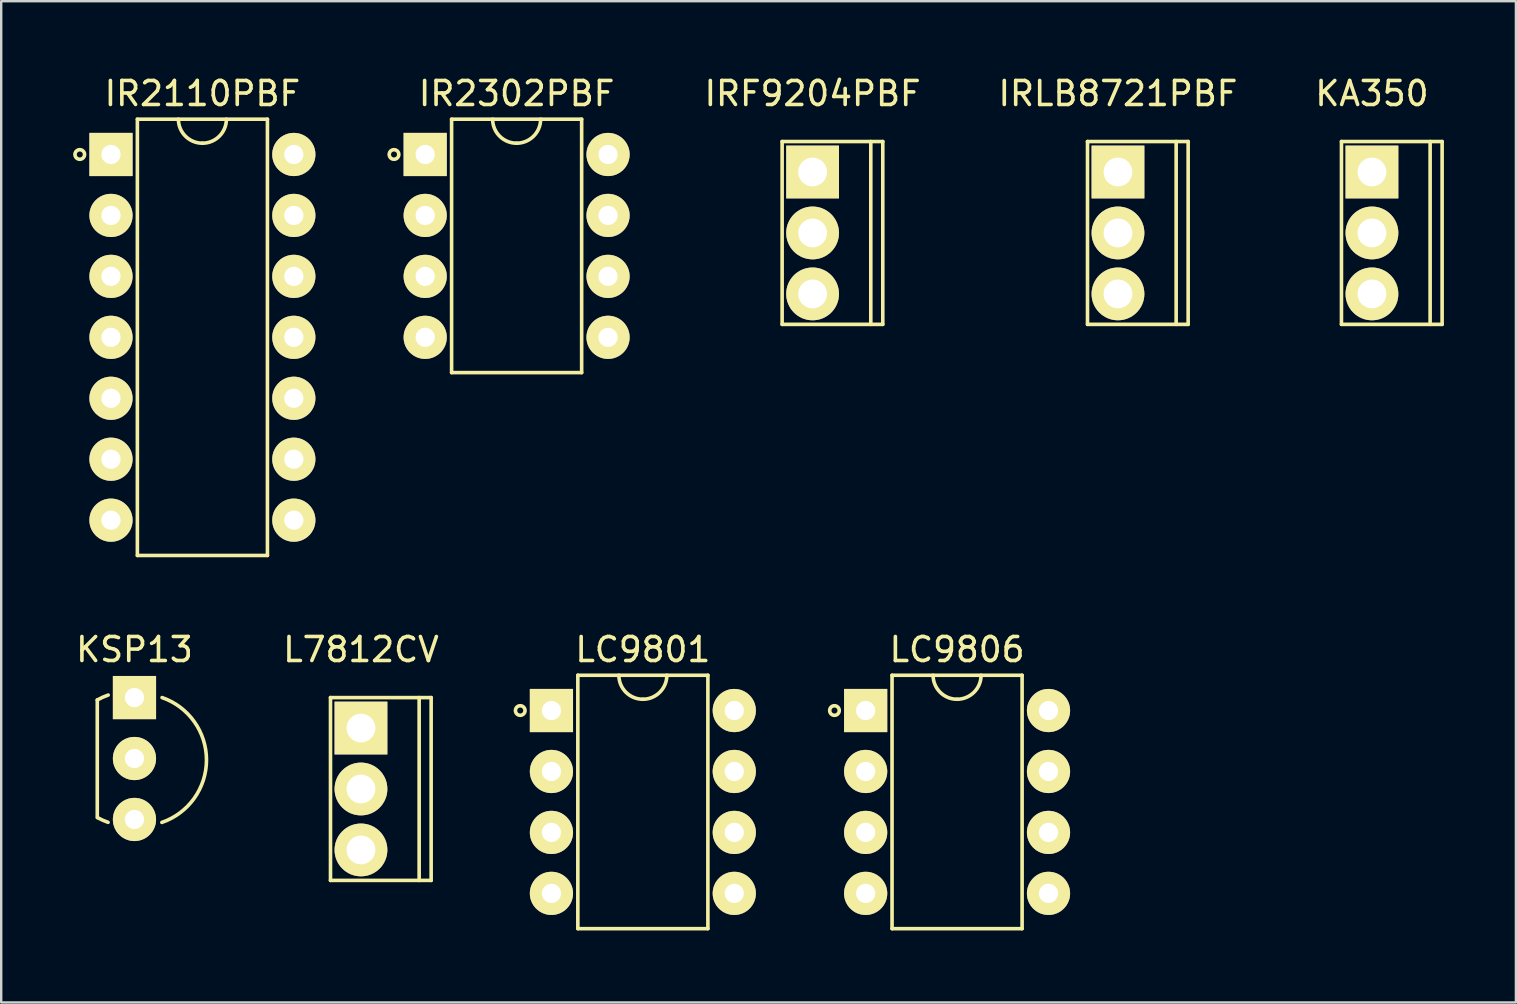
<source format=kicad_pcb>
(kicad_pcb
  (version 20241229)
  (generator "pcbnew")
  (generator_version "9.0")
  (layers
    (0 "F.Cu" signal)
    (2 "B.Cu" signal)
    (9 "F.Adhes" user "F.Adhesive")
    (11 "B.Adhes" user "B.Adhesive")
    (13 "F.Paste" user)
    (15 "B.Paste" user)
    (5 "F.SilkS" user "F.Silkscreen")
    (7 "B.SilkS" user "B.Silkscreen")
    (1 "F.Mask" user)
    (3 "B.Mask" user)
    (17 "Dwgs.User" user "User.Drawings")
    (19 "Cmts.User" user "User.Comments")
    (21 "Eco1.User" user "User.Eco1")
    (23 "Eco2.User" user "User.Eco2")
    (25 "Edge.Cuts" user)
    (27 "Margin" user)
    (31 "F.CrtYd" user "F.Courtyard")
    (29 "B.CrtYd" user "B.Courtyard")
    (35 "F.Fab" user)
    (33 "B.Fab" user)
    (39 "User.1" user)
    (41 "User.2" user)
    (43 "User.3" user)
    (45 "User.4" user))
  (footprint "L7812CV"
    (layer "F.Cu")
    (at 11.993 27.291)
    (property "Reference" "L7812CV" (at 0 -3.27 0) (layer "F.SilkS") (effects (font (size 1 1) (thickness 0.15))))
    (attr through_hole)
    (fp_line (start -1.27 -1.27) (end -1.27 6.35) (stroke (width 0.15) (type solid)) (layer "F.SilkS"))
    (fp_line (start -1.27 -1.27) (end 2.925 -1.27) (stroke (width 0.15) (type solid)) (layer "F.SilkS"))
    (fp_line (start -1.27 6.35) (end 2.925 6.35) (stroke (width 0.15) (type solid)) (layer "F.SilkS"))
    (fp_line (start 2.425 -1.27) (end 2.425 6.35) (stroke (width 0.15) (type solid)) (layer "F.SilkS"))
    (fp_line (start 2.925 -1.27) (end 2.925 6.35) (stroke (width 0.15) (type solid)) (layer "F.SilkS"))
    (pad "1" thru_hole rect (at 0 0) (size 2.2 2.2) (drill 1.2) (layers "*.Cu" "*.Mask" "F.SilkS"))
    (pad "2" thru_hole circle (at 0 2.54) (size 2.2 2.2) (drill 1.2) (layers "*.Cu" "*.Mask" "F.SilkS"))
    (pad "3" thru_hole circle (at 0 5.08) (size 2.2 2.2) (drill 1.2) (layers "*.Cu" "*.Mask" "F.SilkS")))
  (footprint "IR2302PBF"
    (layer "F.Cu")
    (at 14.67 3.388)
    (property "Reference" "IR2302PBF" (at 3.81 -2.54 0) (layer "F.SilkS") (effects (font (size 1 1) (thickness 0.15))))
    (attr through_hole)
    (fp_line (start 1.1 -1.47) (end 6.52 -1.47) (stroke (width 0.15) (type solid)) (layer "F.SilkS"))
    (fp_line (start 1.1 9.09) (end 1.1 -1.47) (stroke (width 0.15) (type solid)) (layer "F.SilkS"))
    (fp_line (start 6.52 -1.47) (end 6.52 9.09) (stroke (width 0.15) (type solid)) (layer "F.SilkS"))
    (fp_line (start 6.52 9.09) (end 1.1 9.09) (stroke (width 0.15) (type solid)) (layer "F.SilkS"))
    (fp_arc (start 3.81 -0.47) (mid 3.102893 -0.762893) (end 2.81 -1.47) (stroke (width 0.15) (type solid)) (layer "F.SilkS"))
    (fp_arc (start 4.81 -1.47) (mid 4.517107 -0.762893) (end 3.81 -0.47) (stroke (width 0.15) (type solid)) (layer "F.SilkS"))
    (fp_circle (center -1.3 0) (end -1.3 0.2) (stroke (width 0.15) (type solid)) (fill no) (layer "F.SilkS"))
    (pad "1" thru_hole rect (at 0 0) (size 1.8 1.8) (drill 0.8) (layers "*.Cu" "*.Mask" "F.SilkS"))
    (pad "2" thru_hole circle (at 0 2.54) (size 1.8 1.8) (drill 0.8) (layers "*.Cu" "*.Mask" "F.SilkS"))
    (pad "3" thru_hole circle (at 0 5.08) (size 1.8 1.8) (drill 0.8) (layers "*.Cu" "*.Mask" "F.SilkS"))
    (pad "4" thru_hole circle (at 0 7.62) (size 1.8 1.8) (drill 0.8) (layers "*.Cu" "*.Mask" "F.SilkS"))
    (pad "5" thru_hole circle (at 7.62 7.62) (size 1.8 1.8) (drill 0.8) (layers "*.Cu" "*.Mask" "F.SilkS"))
    (pad "6" thru_hole circle (at 7.62 5.08) (size 1.8 1.8) (drill 0.8) (layers "*.Cu" "*.Mask" "F.SilkS"))
    (pad "7" thru_hole circle (at 7.62 2.54) (size 1.8 1.8) (drill 0.8) (layers "*.Cu" "*.Mask" "F.SilkS"))
    (pad "8" thru_hole circle (at 7.62 0) (size 1.8 1.8) (drill 0.8) (layers "*.Cu" "*.Mask" "F.SilkS")))
  (footprint "LC9801"
    (layer "F.Cu")
    (at 19.931 26.561)
    (property "Reference" "LC9801" (at 3.81 -2.54 0) (layer "F.SilkS") (effects (font (size 1 1) (thickness 0.15))))
    (attr through_hole)
    (fp_line (start 1.1 -1.47) (end 6.52 -1.47) (stroke (width 0.15) (type solid)) (layer "F.SilkS"))
    (fp_line (start 1.1 9.09) (end 1.1 -1.47) (stroke (width 0.15) (type solid)) (layer "F.SilkS"))
    (fp_line (start 6.52 -1.47) (end 6.52 9.09) (stroke (width 0.15) (type solid)) (layer "F.SilkS"))
    (fp_line (start 6.52 9.09) (end 1.1 9.09) (stroke (width 0.15) (type solid)) (layer "F.SilkS"))
    (fp_arc (start 3.81 -0.47) (mid 3.102893 -0.762893) (end 2.81 -1.47) (stroke (width 0.15) (type solid)) (layer "F.SilkS"))
    (fp_arc (start 4.81 -1.47) (mid 4.517107 -0.762893) (end 3.81 -0.47) (stroke (width 0.15) (type solid)) (layer "F.SilkS"))
    (fp_circle (center -1.3 0) (end -1.3 0.2) (stroke (width 0.15) (type solid)) (fill no) (layer "F.SilkS"))
    (pad "1" thru_hole rect (at 0 0) (size 1.8 1.8) (drill 0.8) (layers "*.Cu" "*.Mask" "F.SilkS"))
    (pad "2" thru_hole circle (at 0 2.54) (size 1.8 1.8) (drill 0.8) (layers "*.Cu" "*.Mask" "F.SilkS"))
    (pad "3" thru_hole circle (at 0 5.08) (size 1.8 1.8) (drill 0.8) (layers "*.Cu" "*.Mask" "F.SilkS"))
    (pad "4" thru_hole circle (at 0 7.62) (size 1.8 1.8) (drill 0.8) (layers "*.Cu" "*.Mask" "F.SilkS"))
    (pad "5" thru_hole circle (at 7.62 7.62) (size 1.8 1.8) (drill 0.8) (layers "*.Cu" "*.Mask" "F.SilkS"))
    (pad "6" thru_hole circle (at 7.62 5.08) (size 1.8 1.8) (drill 0.8) (layers "*.Cu" "*.Mask" "F.SilkS"))
    (pad "7" thru_hole circle (at 7.62 2.54) (size 1.8 1.8) (drill 0.8) (layers "*.Cu" "*.Mask" "F.SilkS"))
    (pad "8" thru_hole circle (at 7.62 0) (size 1.8 1.8) (drill 0.8) (layers "*.Cu" "*.Mask" "F.SilkS")))
  (footprint "IRLB8721PBF"
    (layer "F.Cu")
    (at 43.541 4.118)
    (property "Reference" "IRLB8721PBF" (at 0 -3.27 0) (layer "F.SilkS") (effects (font (size 1 1) (thickness 0.15))))
    (attr through_hole)
    (fp_line (start -1.27 -1.27) (end -1.27 6.35) (stroke (width 0.15) (type solid)) (layer "F.SilkS"))
    (fp_line (start -1.27 -1.27) (end 2.925 -1.27) (stroke (width 0.15) (type solid)) (layer "F.SilkS"))
    (fp_line (start -1.27 6.35) (end 2.925 6.35) (stroke (width 0.15) (type solid)) (layer "F.SilkS"))
    (fp_line (start 2.425 -1.27) (end 2.425 6.35) (stroke (width 0.15) (type solid)) (layer "F.SilkS"))
    (fp_line (start 2.925 -1.27) (end 2.925 6.35) (stroke (width 0.15) (type solid)) (layer "F.SilkS"))
    (pad "1" thru_hole rect (at 0 0) (size 2.2 2.2) (drill 1.2) (layers "*.Cu" "*.Mask" "F.SilkS"))
    (pad "2" thru_hole circle (at 0 2.54) (size 2.2 2.2) (drill 1.2) (layers "*.Cu" "*.Mask" "F.SilkS"))
    (pad "3" thru_hole circle (at 0 5.08) (size 2.2 2.2) (drill 1.2) (layers "*.Cu" "*.Mask" "F.SilkS")))
  (footprint "IRF9204PBF"
    (layer "F.Cu")
    (at 30.815 4.118)
    (property "Reference" "IRF9204PBF" (at 0 -3.27 0) (layer "F.SilkS") (effects (font (size 1 1) (thickness 0.15))))
    (attr through_hole)
    (fp_line (start -1.27 -1.27) (end -1.27 6.35) (stroke (width 0.15) (type solid)) (layer "F.SilkS"))
    (fp_line (start -1.27 -1.27) (end 2.925 -1.27) (stroke (width 0.15) (type solid)) (layer "F.SilkS"))
    (fp_line (start -1.27 6.35) (end 2.925 6.35) (stroke (width 0.15) (type solid)) (layer "F.SilkS"))
    (fp_line (start 2.425 -1.27) (end 2.425 6.35) (stroke (width 0.15) (type solid)) (layer "F.SilkS"))
    (fp_line (start 2.925 -1.27) (end 2.925 6.35) (stroke (width 0.15) (type solid)) (layer "F.SilkS"))
    (pad "1" thru_hole rect (at 0 0) (size 2.2 2.2) (drill 1.2) (layers "*.Cu" "*.Mask" "F.SilkS"))
    (pad "2" thru_hole circle (at 0 2.54) (size 2.2 2.2) (drill 1.2) (layers "*.Cu" "*.Mask" "F.SilkS"))
    (pad "3" thru_hole circle (at 0 5.08) (size 2.2 2.2) (drill 1.2) (layers "*.Cu" "*.Mask" "F.SilkS")))
  (footprint "KA350"
    (layer "F.Cu")
    (at 54.125 4.118)
    (property "Reference" "KA350" (at 0 -3.27 0) (layer "F.SilkS") (effects (font (size 1 1) (thickness 0.15))))
    (attr through_hole)
    (fp_line (start -1.27 -1.27) (end -1.27 6.35) (stroke (width 0.15) (type solid)) (layer "F.SilkS"))
    (fp_line (start -1.27 -1.27) (end 2.925 -1.27) (stroke (width 0.15) (type solid)) (layer "F.SilkS"))
    (fp_line (start -1.27 6.35) (end 2.925 6.35) (stroke (width 0.15) (type solid)) (layer "F.SilkS"))
    (fp_line (start 2.425 -1.27) (end 2.425 6.35) (stroke (width 0.15) (type solid)) (layer "F.SilkS"))
    (fp_line (start 2.925 -1.27) (end 2.925 6.35) (stroke (width 0.15) (type solid)) (layer "F.SilkS"))
    (pad "1" thru_hole rect (at 0 0) (size 2.2 2.2) (drill 1.2) (layers "*.Cu" "*.Mask" "F.SilkS"))
    (pad "2" thru_hole circle (at 0 2.54) (size 2.2 2.2) (drill 1.2) (layers "*.Cu" "*.Mask" "F.SilkS"))
    (pad "3" thru_hole circle (at 0 5.08) (size 2.2 2.2) (drill 1.2) (layers "*.Cu" "*.Mask" "F.SilkS")))
  (footprint "KSP13"
    (layer "F.Cu")
    (at 2.554 26.021)
    (property "Reference" "KSP13" (at 0 -2 0) (layer "F.SilkS") (effects (font (size 1 1) (thickness 0.15))))
    (attr through_hole)
    (fp_line (start -1.55 5) (end -1.55 0.1) (stroke (width 0.15) (type solid)) (layer "F.SilkS"))
    (fp_arc (start -1.55 0.1) (mid -1.326783 -0.012505) (end -1.09461 -0.105127) (stroke (width 0.15) (type solid)) (layer "F.SilkS"))
    (fp_arc (start -1.1 5.2) (mid -1.32318 5.111666) (end -1.537812 5.004217) (stroke (width 0.15) (type solid)) (layer "F.SilkS"))
    (fp_arc (start 1.15 0) (mid 3.00136 2.60449) (end 1.14151 5.202923) (stroke (width 0.15) (type solid)) (layer "F.SilkS"))
    (pad "1" thru_hole rect (at 0 0) (size 1.8 1.8) (drill 0.8) (layers "*.Cu" "*.Mask" "F.SilkS"))
    (pad "2" thru_hole circle (at 0 2.54) (size 1.8 1.8) (drill 0.8) (layers "*.Cu" "*.Mask" "F.SilkS"))
    (pad "3" thru_hole circle (at 0 5.08) (size 1.8 1.8) (drill 0.8) (layers "*.Cu" "*.Mask" "F.SilkS")))
  (footprint "LC9806"
    (layer "F.Cu")
    (at 33.026 26.561)
    (property "Reference" "LC9806" (at 3.81 -2.54 0) (layer "F.SilkS") (effects (font (size 1 1) (thickness 0.15))))
    (attr through_hole)
    (fp_line (start 1.1 -1.47) (end 6.52 -1.47) (stroke (width 0.15) (type solid)) (layer "F.SilkS"))
    (fp_line (start 1.1 9.09) (end 1.1 -1.47) (stroke (width 0.15) (type solid)) (layer "F.SilkS"))
    (fp_line (start 6.52 -1.47) (end 6.52 9.09) (stroke (width 0.15) (type solid)) (layer "F.SilkS"))
    (fp_line (start 6.52 9.09) (end 1.1 9.09) (stroke (width 0.15) (type solid)) (layer "F.SilkS"))
    (fp_arc (start 3.81 -0.47) (mid 3.102893 -0.762893) (end 2.81 -1.47) (stroke (width 0.15) (type solid)) (layer "F.SilkS"))
    (fp_arc (start 4.81 -1.47) (mid 4.517107 -0.762893) (end 3.81 -0.47) (stroke (width 0.15) (type solid)) (layer "F.SilkS"))
    (fp_circle (center -1.3 0) (end -1.3 0.2) (stroke (width 0.15) (type solid)) (fill no) (layer "F.SilkS"))
    (pad "1" thru_hole rect (at 0 0) (size 1.8 1.8) (drill 0.8) (layers "*.Cu" "*.Mask" "F.SilkS"))
    (pad "2" thru_hole circle (at 0 2.54) (size 1.8 1.8) (drill 0.8) (layers "*.Cu" "*.Mask" "F.SilkS"))
    (pad "3" thru_hole circle (at 0 5.08) (size 1.8 1.8) (drill 0.8) (layers "*.Cu" "*.Mask" "F.SilkS"))
    (pad "4" thru_hole circle (at 0 7.62) (size 1.8 1.8) (drill 0.8) (layers "*.Cu" "*.Mask" "F.SilkS"))
    (pad "5" thru_hole circle (at 7.62 7.62) (size 1.8 1.8) (drill 0.8) (layers "*.Cu" "*.Mask" "F.SilkS"))
    (pad "6" thru_hole circle (at 7.62 5.08) (size 1.8 1.8) (drill 0.8) (layers "*.Cu" "*.Mask" "F.SilkS"))
    (pad "7" thru_hole circle (at 7.62 2.54) (size 1.8 1.8) (drill 0.8) (layers "*.Cu" "*.Mask" "F.SilkS"))
    (pad "8" thru_hole circle (at 7.62 0) (size 1.8 1.8) (drill 0.8) (layers "*.Cu" "*.Mask" "F.SilkS")))
  (footprint "IR2110PBF"
    (layer "F.Cu")
    (at 1.575 3.388)
    (property "Reference" "IR2110PBF" (at 3.81 -2.54 0) (layer "F.SilkS") (effects (font (size 1 1) (thickness 0.15))))
    (attr through_hole)
    (fp_line (start 1.1 -1.47) (end 6.52 -1.47) (stroke (width 0.15) (type solid)) (layer "F.SilkS"))
    (fp_line (start 1.1 16.71) (end 1.1 -1.47) (stroke (width 0.15) (type solid)) (layer "F.SilkS"))
    (fp_line (start 6.52 -1.47) (end 6.52 16.71) (stroke (width 0.15) (type solid)) (layer "F.SilkS"))
    (fp_line (start 6.52 16.71) (end 1.1 16.71) (stroke (width 0.15) (type solid)) (layer "F.SilkS"))
    (fp_arc (start 3.81 -0.47) (mid 3.102893 -0.762893) (end 2.81 -1.47) (stroke (width 0.15) (type solid)) (layer "F.SilkS"))
    (fp_arc (start 4.81 -1.47) (mid 4.517107 -0.762893) (end 3.81 -0.47) (stroke (width 0.15) (type solid)) (layer "F.SilkS"))
    (fp_circle (center -1.3 0) (end -1.3 0.2) (stroke (width 0.15) (type solid)) (fill no) (layer "F.SilkS"))
    (pad "1" thru_hole rect (at 0 0) (size 1.8 1.8) (drill 0.8) (layers "*.Cu" "*.Mask" "F.SilkS"))
    (pad "2" thru_hole circle (at 0 2.54) (size 1.8 1.8) (drill 0.8) (layers "*.Cu" "*.Mask" "F.SilkS"))
    (pad "3" thru_hole circle (at 0 5.08) (size 1.8 1.8) (drill 0.8) (layers "*.Cu" "*.Mask" "F.SilkS"))
    (pad "4" thru_hole circle (at 0 7.62) (size 1.8 1.8) (drill 0.8) (layers "*.Cu" "*.Mask" "F.SilkS"))
    (pad "5" thru_hole circle (at 0 10.16) (size 1.8 1.8) (drill 0.8) (layers "*.Cu" "*.Mask" "F.SilkS"))
    (pad "6" thru_hole circle (at 0 12.7) (size 1.8 1.8) (drill 0.8) (layers "*.Cu" "*.Mask" "F.SilkS"))
    (pad "7" thru_hole circle (at 0 15.24) (size 1.8 1.8) (drill 0.8) (layers "*.Cu" "*.Mask" "F.SilkS"))
    (pad "8" thru_hole circle (at 7.62 15.24) (size 1.8 1.8) (drill 0.8) (layers "*.Cu" "*.Mask" "F.SilkS"))
    (pad "9" thru_hole circle (at 7.62 12.7) (size 1.8 1.8) (drill 0.8) (layers "*.Cu" "*.Mask" "F.SilkS"))
    (pad "10" thru_hole circle (at 7.62 10.16) (size 1.8 1.8) (drill 0.8) (layers "*.Cu" "*.Mask" "F.SilkS"))
    (pad "11" thru_hole circle (at 7.62 7.62) (size 1.8 1.8) (drill 0.8) (layers "*.Cu" "*.Mask" "F.SilkS"))
    (pad "12" thru_hole circle (at 7.62 5.08) (size 1.8 1.8) (drill 0.8) (layers "*.Cu" "*.Mask" "F.SilkS"))
    (pad "13" thru_hole circle (at 7.62 2.54) (size 1.8 1.8) (drill 0.8) (layers "*.Cu" "*.Mask" "F.SilkS"))
    (pad "14" thru_hole circle (at 7.62 0) (size 1.8 1.8) (drill 0.8) (layers "*.Cu" "*.Mask" "F.SilkS")))
  (gr_rect
    (start -3 -3)
    (end 60.125 38.727)
    (stroke (width 0.1) (type default))
    (fill no)
    (layer "Edge.Cuts")))
</source>
